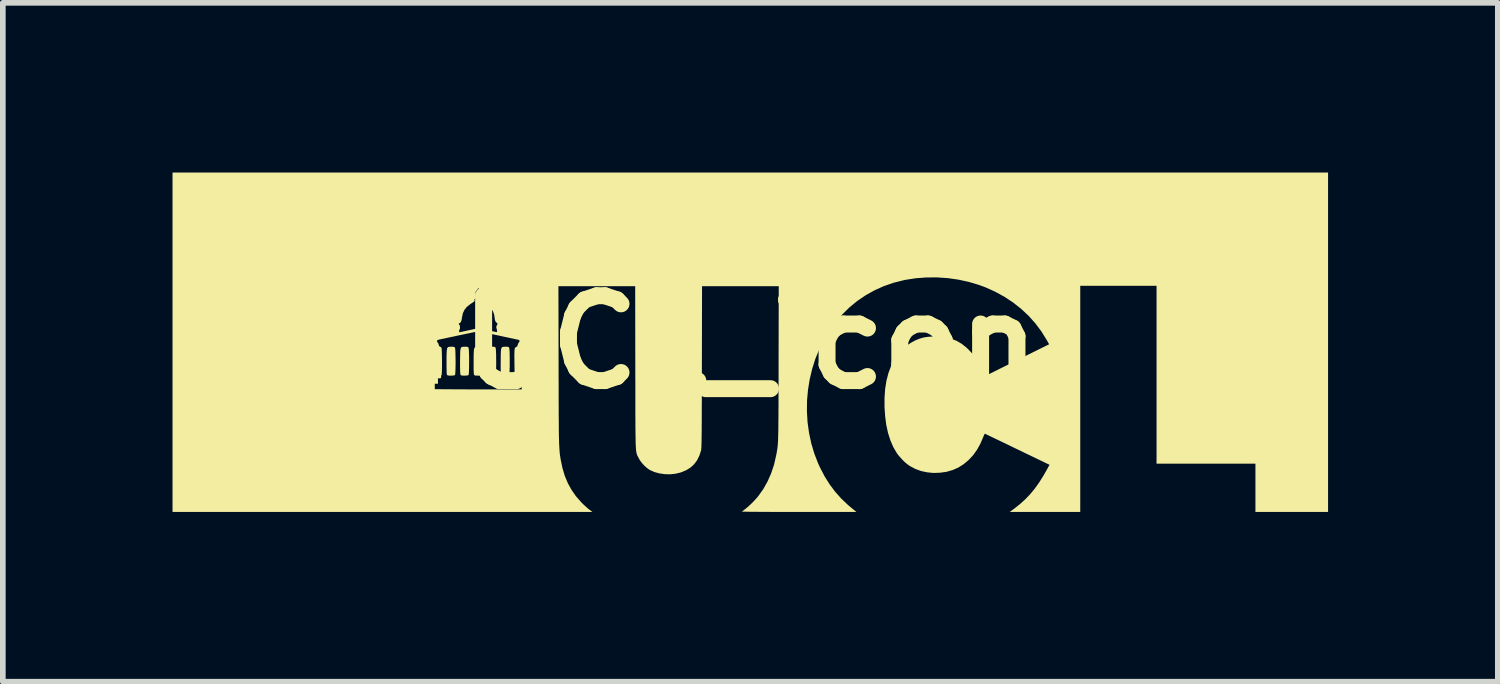
<source format=kicad_pcb>
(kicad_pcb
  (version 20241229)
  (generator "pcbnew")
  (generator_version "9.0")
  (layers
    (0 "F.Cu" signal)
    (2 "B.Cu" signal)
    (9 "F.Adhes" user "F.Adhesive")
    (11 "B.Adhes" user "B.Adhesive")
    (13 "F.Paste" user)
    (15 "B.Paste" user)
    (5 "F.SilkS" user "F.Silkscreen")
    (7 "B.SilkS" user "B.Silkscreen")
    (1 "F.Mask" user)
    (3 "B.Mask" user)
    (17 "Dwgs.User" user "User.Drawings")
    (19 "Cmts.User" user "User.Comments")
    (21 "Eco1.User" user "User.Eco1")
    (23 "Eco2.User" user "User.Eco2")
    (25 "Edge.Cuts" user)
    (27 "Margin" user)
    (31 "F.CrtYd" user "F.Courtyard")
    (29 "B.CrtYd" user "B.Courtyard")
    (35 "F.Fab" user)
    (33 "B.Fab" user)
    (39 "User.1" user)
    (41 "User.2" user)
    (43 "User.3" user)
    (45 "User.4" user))
  (footprint "UCL_icon"
    (layer "F.Cu")
    (at 10.214 3)
    (property "Reference" "UCL_icon" (at 0 0 0) (layer "F.SilkS") (effects (font (size 1.5 1.5) (thickness 0.3))))
    (attr board_only exclude_from_pos_files exclude_from_bom)
    (fp_poly (pts (xy -5.286 0.08) (xy -5.256 0.08) (xy -5.238 0.082) (xy -5.228 0.087) (xy -5.222 0.097) (xy -5.22 0.1) (xy -5.217 0.114) (xy -5.215 0.141) (xy -5.213 0.179) (xy -5.212 0.224) (xy -5.211 0.275) (xy -5.21 0.329) (xy -5.21 0.383) (xy -5.211 0.436) (xy -5.212 0.483) (xy -5.214 0.524) (xy -5.216 0.556) (xy -5.219 0.576) (xy -5.22 0.581) (xy -5.234 0.586) (xy -5.26 0.589) (xy -5.292 0.591) (xy -5.324 0.59) (xy -5.344 0.588) (xy -5.355 0.583) (xy -5.362 0.576) (xy -5.363 0.574) (xy -5.366 0.56) (xy -5.368 0.53) (xy -5.369 0.484) (xy -5.37 0.422) (xy -5.37 0.345) (xy -5.37 0.341) (xy -5.37 0.269) (xy -5.369 0.212) (xy -5.367 0.168) (xy -5.364 0.135) (xy -5.36 0.111) (xy -5.352 0.096) (xy -5.342 0.086) (xy -5.329 0.082) (xy -5.312 0.08) (xy -5.29 0.08)) (stroke (width 0) (type solid)) (fill yes) (layer "F.SilkS"))
    (fp_poly (pts (xy -5.047 0.08) (xy -5.017 0.08) (xy -4.999 0.082) (xy -4.989 0.087) (xy -4.982 0.097) (xy -4.981 0.1) (xy -4.978 0.114) (xy -4.975 0.141) (xy -4.974 0.179) (xy -4.972 0.224) (xy -4.971 0.275) (xy -4.971 0.329) (xy -4.971 0.383) (xy -4.972 0.436) (xy -4.973 0.483) (xy -4.974 0.524) (xy -4.977 0.556) (xy -4.979 0.576) (xy -4.981 0.581) (xy -4.994 0.586) (xy -5.021 0.589) (xy -5.053 0.591) (xy -5.085 0.59) (xy -5.104 0.588) (xy -5.116 0.583) (xy -5.123 0.576) (xy -5.123 0.574) (xy -5.126 0.56) (xy -5.129 0.53) (xy -5.13 0.484) (xy -5.131 0.422) (xy -5.131 0.345) (xy -5.131 0.341) (xy -5.13 0.269) (xy -5.129 0.212) (xy -5.128 0.168) (xy -5.125 0.135) (xy -5.12 0.111) (xy -5.113 0.096) (xy -5.103 0.086) (xy -5.09 0.082) (xy -5.072 0.08) (xy -5.05 0.08)) (stroke (width 0) (type solid)) (fill yes) (layer "F.SilkS"))
    (fp_poly (pts (xy -4.807 0.08) (xy -4.778 0.08) (xy -4.76 0.082) (xy -4.749 0.087) (xy -4.743 0.097) (xy -4.741 0.1) (xy -4.738 0.114) (xy -4.736 0.141) (xy -4.734 0.179) (xy -4.733 0.224) (xy -4.732 0.275) (xy -4.732 0.329) (xy -4.732 0.383) (xy -4.732 0.436) (xy -4.733 0.483) (xy -4.735 0.524) (xy -4.737 0.556) (xy -4.74 0.576) (xy -4.742 0.581) (xy -4.755 0.586) (xy -4.781 0.589) (xy -4.813 0.591) (xy -4.845 0.59) (xy -4.865 0.588) (xy -4.876 0.583) (xy -4.883 0.576) (xy -4.884 0.574) (xy -4.887 0.56) (xy -4.889 0.53) (xy -4.891 0.484) (xy -4.891 0.422) (xy -4.891 0.345) (xy -4.891 0.341) (xy -4.891 0.269) (xy -4.89 0.212) (xy -4.888 0.168) (xy -4.886 0.135) (xy -4.881 0.111) (xy -4.874 0.096) (xy -4.864 0.086) (xy -4.85 0.082) (xy -4.833 0.08) (xy -4.811 0.08)) (stroke (width 0) (type solid)) (fill yes) (layer "F.SilkS"))
    (fp_poly (pts (xy -4.568 0.08) (xy -4.538 0.08) (xy -4.52 0.082) (xy -4.51 0.087) (xy -4.504 0.097) (xy -4.502 0.1) (xy -4.499 0.114) (xy -4.497 0.141) (xy -4.495 0.179) (xy -4.493 0.224) (xy -4.493 0.275) (xy -4.492 0.329) (xy -4.492 0.383) (xy -4.493 0.436) (xy -4.494 0.483) (xy -4.496 0.524) (xy -4.498 0.556) (xy -4.5 0.576) (xy -4.502 0.581) (xy -4.516 0.586) (xy -4.542 0.589) (xy -4.574 0.591) (xy -4.606 0.59) (xy -4.626 0.588) (xy -4.637 0.583) (xy -4.644 0.576) (xy -4.644 0.574) (xy -4.647 0.56) (xy -4.65 0.53) (xy -4.651 0.484) (xy -4.652 0.422) (xy -4.652 0.345) (xy -4.652 0.341) (xy -4.651 0.269) (xy -4.651 0.212) (xy -4.649 0.168) (xy -4.646 0.135) (xy -4.641 0.111) (xy -4.634 0.096) (xy -4.624 0.086) (xy -4.611 0.082) (xy -4.593 0.08) (xy -4.572 0.08)) (stroke (width 0) (type solid)) (fill yes) (layer "F.SilkS"))
    (fp_poly (pts (xy -4.329 0.08) (xy -4.299 0.08) (xy -4.281 0.082) (xy -4.271 0.087) (xy -4.264 0.097) (xy -4.263 0.1) (xy -4.26 0.114) (xy -4.257 0.141) (xy -4.255 0.179) (xy -4.254 0.224) (xy -4.253 0.275) (xy -4.253 0.329) (xy -4.253 0.383) (xy -4.253 0.436) (xy -4.255 0.483) (xy -4.256 0.524) (xy -4.258 0.556) (xy -4.261 0.576) (xy -4.263 0.581) (xy -4.276 0.586) (xy -4.302 0.589) (xy -4.334 0.591) (xy -4.366 0.59) (xy -4.386 0.588) (xy -4.398 0.583) (xy -4.404 0.576) (xy -4.405 0.574) (xy -4.408 0.56) (xy -4.41 0.53) (xy -4.412 0.484) (xy -4.413 0.422) (xy -4.412 0.345) (xy -4.412 0.341) (xy -4.412 0.269) (xy -4.411 0.212) (xy -4.41 0.168) (xy -4.407 0.135) (xy -4.402 0.111) (xy -4.395 0.096) (xy -4.385 0.086) (xy -4.371 0.082) (xy -4.354 0.08) (xy -4.332 0.08)) (stroke (width 0) (type solid)) (fill yes) (layer "F.SilkS"))
    (fp_poly (pts (xy 10.214 0) (xy 10.214 3) (xy 9.572 3) (xy 8.93 3) (xy 8.93 2.574) (xy 8.93 2.147) (xy 8.056 2.147) (xy 7.182 2.147) (xy 7.182 0.575) (xy 7.182 -0.997) (xy 6.508 -0.997) (xy 5.833 -0.997) (xy 5.833 1.001) (xy 5.833 3) (xy 5.21 3) (xy 4.587 3) (xy 4.666 2.942) (xy 4.769 2.86) (xy 4.863 2.775) (xy 4.95 2.684) (xy 5.031 2.585) (xy 5.109 2.476) (xy 5.185 2.354) (xy 5.226 2.282) (xy 5.29 2.167) (xy 5.221 2.134) (xy 5.202 2.125) (xy 5.17 2.109) (xy 5.126 2.088) (xy 5.072 2.062) (xy 5.01 2.032) (xy 4.939 1.998) (xy 4.863 1.962) (xy 4.782 1.922) (xy 4.698 1.882) (xy 4.652 1.86) (xy 4.569 1.819) (xy 4.49 1.781) (xy 4.416 1.746) (xy 4.348 1.713) (xy 4.289 1.685) (xy 4.238 1.66) (xy 4.197 1.641) (xy 4.168 1.627) (xy 4.151 1.619) (xy 4.147 1.617) (xy 4.141 1.624) (xy 4.132 1.642) (xy 4.121 1.668) (xy 4.118 1.676) (xy 4.067 1.795) (xy 4.007 1.903) (xy 3.937 2) (xy 3.858 2.084) (xy 3.772 2.156) (xy 3.679 2.215) (xy 3.579 2.259) (xy 3.473 2.29) (xy 3.469 2.291) (xy 3.353 2.307) (xy 3.238 2.311) (xy 3.126 2.3) (xy 3.019 2.277) (xy 2.918 2.24) (xy 2.825 2.191) (xy 2.79 2.167) (xy 2.749 2.135) (xy 2.704 2.093) (xy 2.66 2.046) (xy 2.619 1.999) (xy 2.587 1.956) (xy 2.587 1.955) (xy 2.526 1.85) (xy 2.476 1.733) (xy 2.435 1.604) (xy 2.404 1.463) (xy 2.384 1.31) (xy 2.373 1.149) (xy 2.373 0.982) (xy 2.384 0.826) (xy 2.407 0.68) (xy 2.442 0.545) (xy 2.489 0.42) (xy 2.547 0.306) (xy 2.575 0.261) (xy 2.63 0.19) (xy 2.695 0.122) (xy 2.768 0.059) (xy 2.845 0.006) (xy 2.922 -0.035) (xy 2.935 -0.04) (xy 2.991 -0.062) (xy 3.042 -0.078) (xy 3.093 -0.089) (xy 3.148 -0.096) (xy 3.213 -0.1) (xy 3.244 -0.101) (xy 3.297 -0.103) (xy 3.338 -0.103) (xy 3.373 -0.101) (xy 3.404 -0.097) (xy 3.438 -0.091) (xy 3.455 -0.088) (xy 3.557 -0.061) (xy 3.65 -0.023) (xy 3.736 0.027) (xy 3.817 0.091) (xy 3.859 0.131) (xy 3.911 0.186) (xy 3.958 0.243) (xy 4.001 0.306) (xy 4.043 0.376) (xy 4.087 0.459) (xy 4.097 0.48) (xy 4.154 0.597) (xy 4.718 0.316) (xy 5.283 0.036) (xy 5.242 -0.036) (xy 5.147 -0.19) (xy 5.039 -0.334) (xy 4.919 -0.468) (xy 4.787 -0.591) (xy 4.645 -0.703) (xy 4.492 -0.804) (xy 4.328 -0.894) (xy 4.156 -0.971) (xy 4.042 -1.013) (xy 3.865 -1.066) (xy 3.681 -1.106) (xy 3.493 -1.133) (xy 3.303 -1.146) (xy 3.113 -1.145) (xy 2.926 -1.131) (xy 2.743 -1.103) (xy 2.711 -1.096) (xy 2.531 -1.051) (xy 2.359 -0.991) (xy 2.195 -0.917) (xy 2.039 -0.83) (xy 1.892 -0.73) (xy 1.754 -0.617) (xy 1.626 -0.491) (xy 1.507 -0.352) (xy 1.405 -0.212) (xy 1.307 -0.052) (xy 1.223 0.117) (xy 1.151 0.291) (xy 1.094 0.472) (xy 1.05 0.656) (xy 1.02 0.843) (xy 1.003 1.032) (xy 1.001 1.222) (xy 1.012 1.412) (xy 1.038 1.599) (xy 1.077 1.785) (xy 1.131 1.966) (xy 1.199 2.142) (xy 1.236 2.222) (xy 1.316 2.375) (xy 1.404 2.515) (xy 1.501 2.644) (xy 1.608 2.764) (xy 1.728 2.878) (xy 1.798 2.937) (xy 1.876 3) (xy 0.86 3) (xy 0.735 3) (xy 0.614 3) (xy 0.498 3) (xy 0.389 3) (xy 0.287 2.999) (xy 0.194 2.999) (xy 0.11 2.998) (xy 0.036 2.998) (xy -0.027 2.997) (xy -0.077 2.996) (xy -0.115 2.995) (xy -0.139 2.995) (xy -0.147 2.994) (xy -0.147 2.994) (xy -0.138 2.986) (xy -0.119 2.972) (xy -0.095 2.953) (xy -0.088 2.948) (xy -0.041 2.909) (xy 0.011 2.861) (xy 0.063 2.809) (xy 0.112 2.755) (xy 0.142 2.719) (xy 0.231 2.594) (xy 0.306 2.46) (xy 0.369 2.317) (xy 0.42 2.164) (xy 0.457 2.002) (xy 0.459 1.994) (xy 0.464 1.968) (xy 0.468 1.944) (xy 0.472 1.921) (xy 0.476 1.899) (xy 0.479 1.876) (xy 0.482 1.853) (xy 0.484 1.827) (xy 0.487 1.799) (xy 0.489 1.767) (xy 0.491 1.731) (xy 0.492 1.69) (xy 0.493 1.643) (xy 0.495 1.589) (xy 0.496 1.528) (xy 0.496 1.459) (xy 0.497 1.381) (xy 0.498 1.293) (xy 0.498 1.194) (xy 0.499 1.084) (xy 0.499 0.962) (xy 0.499 0.827) (xy 0.5 0.678) (xy 0.5 0.514) (xy 0.5 0.373) (xy 0.503 -0.99) (xy -0.175 -0.99) (xy -0.853 -0.99) (xy -0.856 0.437) (xy -0.856 0.615) (xy -0.857 0.779) (xy -0.857 0.928) (xy -0.857 1.063) (xy -0.858 1.184) (xy -0.858 1.294) (xy -0.858 1.391) (xy -0.859 1.478) (xy -0.859 1.554) (xy -0.86 1.621) (xy -0.861 1.678) (xy -0.861 1.728) (xy -0.862 1.769) (xy -0.863 1.804) (xy -0.864 1.833) (xy -0.865 1.857) (xy -0.866 1.876) (xy -0.867 1.89) (xy -0.869 1.902) (xy -0.87 1.911) (xy -0.871 1.915) (xy -0.901 2.007) (xy -0.941 2.087) (xy -0.992 2.156) (xy -1.055 2.214) (xy -1.13 2.261) (xy -1.217 2.298) (xy -1.24 2.305) (xy -1.329 2.326) (xy -1.422 2.335) (xy -1.517 2.332) (xy -1.61 2.318) (xy -1.697 2.294) (xy -1.776 2.259) (xy -1.78 2.256) (xy -1.824 2.226) (xy -1.871 2.184) (xy -1.914 2.137) (xy -1.951 2.088) (xy -1.972 2.051) (xy -1.979 2.037) (xy -1.986 2.024) (xy -1.992 2.013) (xy -1.997 2.002) (xy -2.002 1.99) (xy -2.006 1.978) (xy -2.01 1.963) (xy -2.014 1.946) (xy -2.017 1.926) (xy -2.02 1.902) (xy -2.022 1.873) (xy -2.024 1.839) (xy -2.026 1.798) (xy -2.027 1.751) (xy -2.028 1.696) (xy -2.029 1.632) (xy -2.03 1.56) (xy -2.031 1.478) (xy -2.031 1.386) (xy -2.032 1.282) (xy -2.032 1.166) (xy -2.032 1.038) (xy -2.032 0.897) (xy -2.032 0.741) (xy -2.033 0.571) (xy -2.033 0.449) (xy -2.035 -0.99) (xy -2.714 -0.99) (xy -3.392 -0.99) (xy -3.389 0.405) (xy -3.389 0.585) (xy -3.388 0.749) (xy -3.388 0.899) (xy -3.388 1.035) (xy -3.387 1.159) (xy -3.387 1.27) (xy -3.386 1.371) (xy -3.385 1.46) (xy -3.385 1.54) (xy -3.384 1.611) (xy -3.383 1.674) (xy -3.381 1.729) (xy -3.38 1.778) (xy -3.378 1.821) (xy -3.376 1.859) (xy -3.374 1.893) (xy -3.372 1.923) (xy -3.37 1.95) (xy -3.367 1.976) (xy -3.364 2) (xy -3.36 2.024) (xy -3.356 2.049) (xy -3.352 2.074) (xy -3.351 2.079) (xy -3.32 2.227) (xy -3.279 2.364) (xy -3.226 2.491) (xy -3.161 2.609) (xy -3.084 2.72) (xy -2.993 2.824) (xy -2.973 2.845) (xy -2.939 2.878) (xy -2.903 2.911) (xy -2.869 2.941) (xy -2.846 2.959) (xy -2.791 3) (xy -6.502 3) (xy -10.214 3) (xy -10.214 0.734) (xy -5.578 0.734) (xy -5.578 0.782) (xy -5.578 0.83) (xy -5.337 0.832) (xy -5.284 0.832) (xy -5.219 0.833) (xy -5.141 0.833) (xy -5.055 0.833) (xy -4.961 0.834) (xy -4.863 0.834) (xy -4.763 0.834) (xy -4.662 0.834) (xy -4.568 0.834) (xy -4.042 0.834) (xy -4.039 0.784) (xy -4.037 0.734) (xy -4.069 0.734) (xy -4.102 0.734) (xy -4.102 0.686) (xy -4.102 0.638) (xy -4.129 0.638) (xy -4.146 0.637) (xy -4.155 0.631) (xy -4.16 0.614) (xy -4.162 0.604) (xy -4.163 0.588) (xy -4.165 0.557) (xy -4.167 0.516) (xy -4.168 0.466) (xy -4.169 0.41) (xy -4.17 0.35) (xy -4.17 0.347) (xy -4.17 0.28) (xy -4.171 0.227) (xy -4.17 0.187) (xy -4.169 0.156) (xy -4.168 0.134) (xy -4.165 0.119) (xy -4.162 0.108) (xy -4.159 0.102) (xy -4.146 0.086) (xy -4.132 0.08) (xy -4.132 0.08) (xy -4.121 0.074) (xy -4.114 0.054) (xy -4.113 0.05) (xy -4.105 0.026) (xy -4.094 0.007) (xy -4.093 0.006) (xy -4.079 -0.014) (xy -4.08 -0.03) (xy -4.094 -0.042) (xy -4.1 -0.043) (xy -4.112 -0.046) (xy -4.138 -0.051) (xy -4.176 -0.06) (xy -4.225 -0.07) (xy -4.282 -0.082) (xy -4.347 -0.096) (xy -4.416 -0.111) (xy -4.456 -0.12) (xy -4.528 -0.135) (xy -4.595 -0.149) (xy -4.655 -0.162) (xy -4.709 -0.173) (xy -4.752 -0.181) (xy -4.784 -0.188) (xy -4.804 -0.191) (xy -4.808 -0.192) (xy -4.82 -0.19) (xy -4.845 -0.185) (xy -4.882 -0.178) (xy -4.93 -0.168) (xy -4.987 -0.156) (xy -5.051 -0.143) (xy -5.12 -0.128) (xy -5.16 -0.12) (xy -5.232 -0.104) (xy -5.299 -0.09) (xy -5.36 -0.077) (xy -5.414 -0.065) (xy -5.458 -0.056) (xy -5.491 -0.049) (xy -5.511 -0.044) (xy -5.516 -0.043) (xy -5.533 -0.036) (xy -5.538 -0.021) (xy -5.538 -0.02) (xy -5.534 -0.002) (xy -5.526 0.006) (xy -5.517 0.017) (xy -5.51 0.038) (xy -5.508 0.044) (xy -5.501 0.067) (xy -5.49 0.077) (xy -5.485 0.078) (xy -5.469 0.087) (xy -5.459 0.101) (xy -5.457 0.114) (xy -5.455 0.14) (xy -5.453 0.176) (xy -5.452 0.221) (xy -5.451 0.271) (xy -5.45 0.324) (xy -5.45 0.378) (xy -5.45 0.43) (xy -5.451 0.478) (xy -5.452 0.519) (xy -5.454 0.551) (xy -5.456 0.572) (xy -5.458 0.579) (xy -5.464 0.589) (xy -5.466 0.608) (xy -5.466 0.611) (xy -5.467 0.629) (xy -5.475 0.637) (xy -5.492 0.638) (xy -5.494 0.638) (xy -5.522 0.638) (xy -5.522 0.686) (xy -5.522 0.734) (xy -5.55 0.734) (xy -5.578 0.734) (xy -10.214 0.734) (xy -10.214 0) (xy -10.214 -0.331) (xy -5.154 -0.331) (xy -5.15 -0.319) (xy -5.143 -0.308) (xy -5.135 -0.291) (xy -5.132 -0.268) (xy -5.132 -0.245) (xy -5.137 -0.23) (xy -5.139 -0.227) (xy -5.144 -0.218) (xy -5.147 -0.202) (xy -5.147 -0.186) (xy -5.144 -0.176) (xy -5.143 -0.176) (xy -5.134 -0.177) (xy -5.112 -0.182) (xy -5.079 -0.189) (xy -5.038 -0.198) (xy -4.991 -0.209) (xy -4.974 -0.212) (xy -4.809 -0.249) (xy -4.653 -0.215) (xy -4.605 -0.205) (xy -4.561 -0.195) (xy -4.526 -0.187) (xy -4.5 -0.181) (xy -4.487 -0.178) (xy -4.487 -0.177) (xy -4.479 -0.181) (xy -4.477 -0.196) (xy -4.479 -0.218) (xy -4.486 -0.244) (xy -4.486 -0.244) (xy -4.491 -0.265) (xy -4.488 -0.283) (xy -4.481 -0.298) (xy -4.466 -0.325) (xy -4.49 -0.35) (xy -4.504 -0.367) (xy -4.512 -0.385) (xy -4.517 -0.41) (xy -4.519 -0.429) (xy -4.529 -0.493) (xy -4.55 -0.548) (xy -4.582 -0.597) (xy -4.627 -0.643) (xy -4.68 -0.682) (xy -4.716 -0.708) (xy -4.737 -0.726) (xy -4.745 -0.738) (xy -4.744 -0.74) (xy -4.746 -0.754) (xy -4.753 -0.764) (xy -4.76 -0.774) (xy -4.763 -0.79) (xy -4.763 -0.815) (xy -4.762 -0.839) (xy -4.761 -0.872) (xy -4.762 -0.893) (xy -4.766 -0.903) (xy -4.769 -0.905) (xy -4.78 -0.914) (xy -4.793 -0.931) (xy -4.795 -0.935) (xy -4.811 -0.961) (xy -4.819 -0.939) (xy -4.831 -0.92) (xy -4.843 -0.909) (xy -4.85 -0.902) (xy -4.855 -0.891) (xy -4.855 -0.872) (xy -4.854 -0.842) (xy -4.854 -0.841) (xy -4.852 -0.811) (xy -4.853 -0.791) (xy -4.858 -0.778) (xy -4.867 -0.767) (xy -4.868 -0.766) (xy -4.879 -0.753) (xy -4.879 -0.744) (xy -4.875 -0.741) (xy -4.869 -0.734) (xy -4.876 -0.725) (xy -4.88 -0.722) (xy -4.895 -0.711) (xy -4.904 -0.704) (xy -4.914 -0.697) (xy -4.934 -0.684) (xy -4.956 -0.669) (xy -5.012 -0.624) (xy -5.054 -0.571) (xy -5.082 -0.51) (xy -5.096 -0.442) (xy -5.097 -0.437) (xy -5.103 -0.396) (xy -5.114 -0.364) (xy -5.129 -0.343) (xy -5.145 -0.336) (xy -5.154 -0.331) (xy -10.214 -0.331) (xy -10.214 -3) (xy 0 -3) (xy 10.214 -3)) (stroke (width 0) (type solid)) (fill yes) (layer "F.SilkS")))
  (gr_rect
    (start -3 -3)
    (end 23.429 9.001)
    (stroke (width 0.1) (type default))
    (fill no)
    (layer "Edge.Cuts")))
</source>
